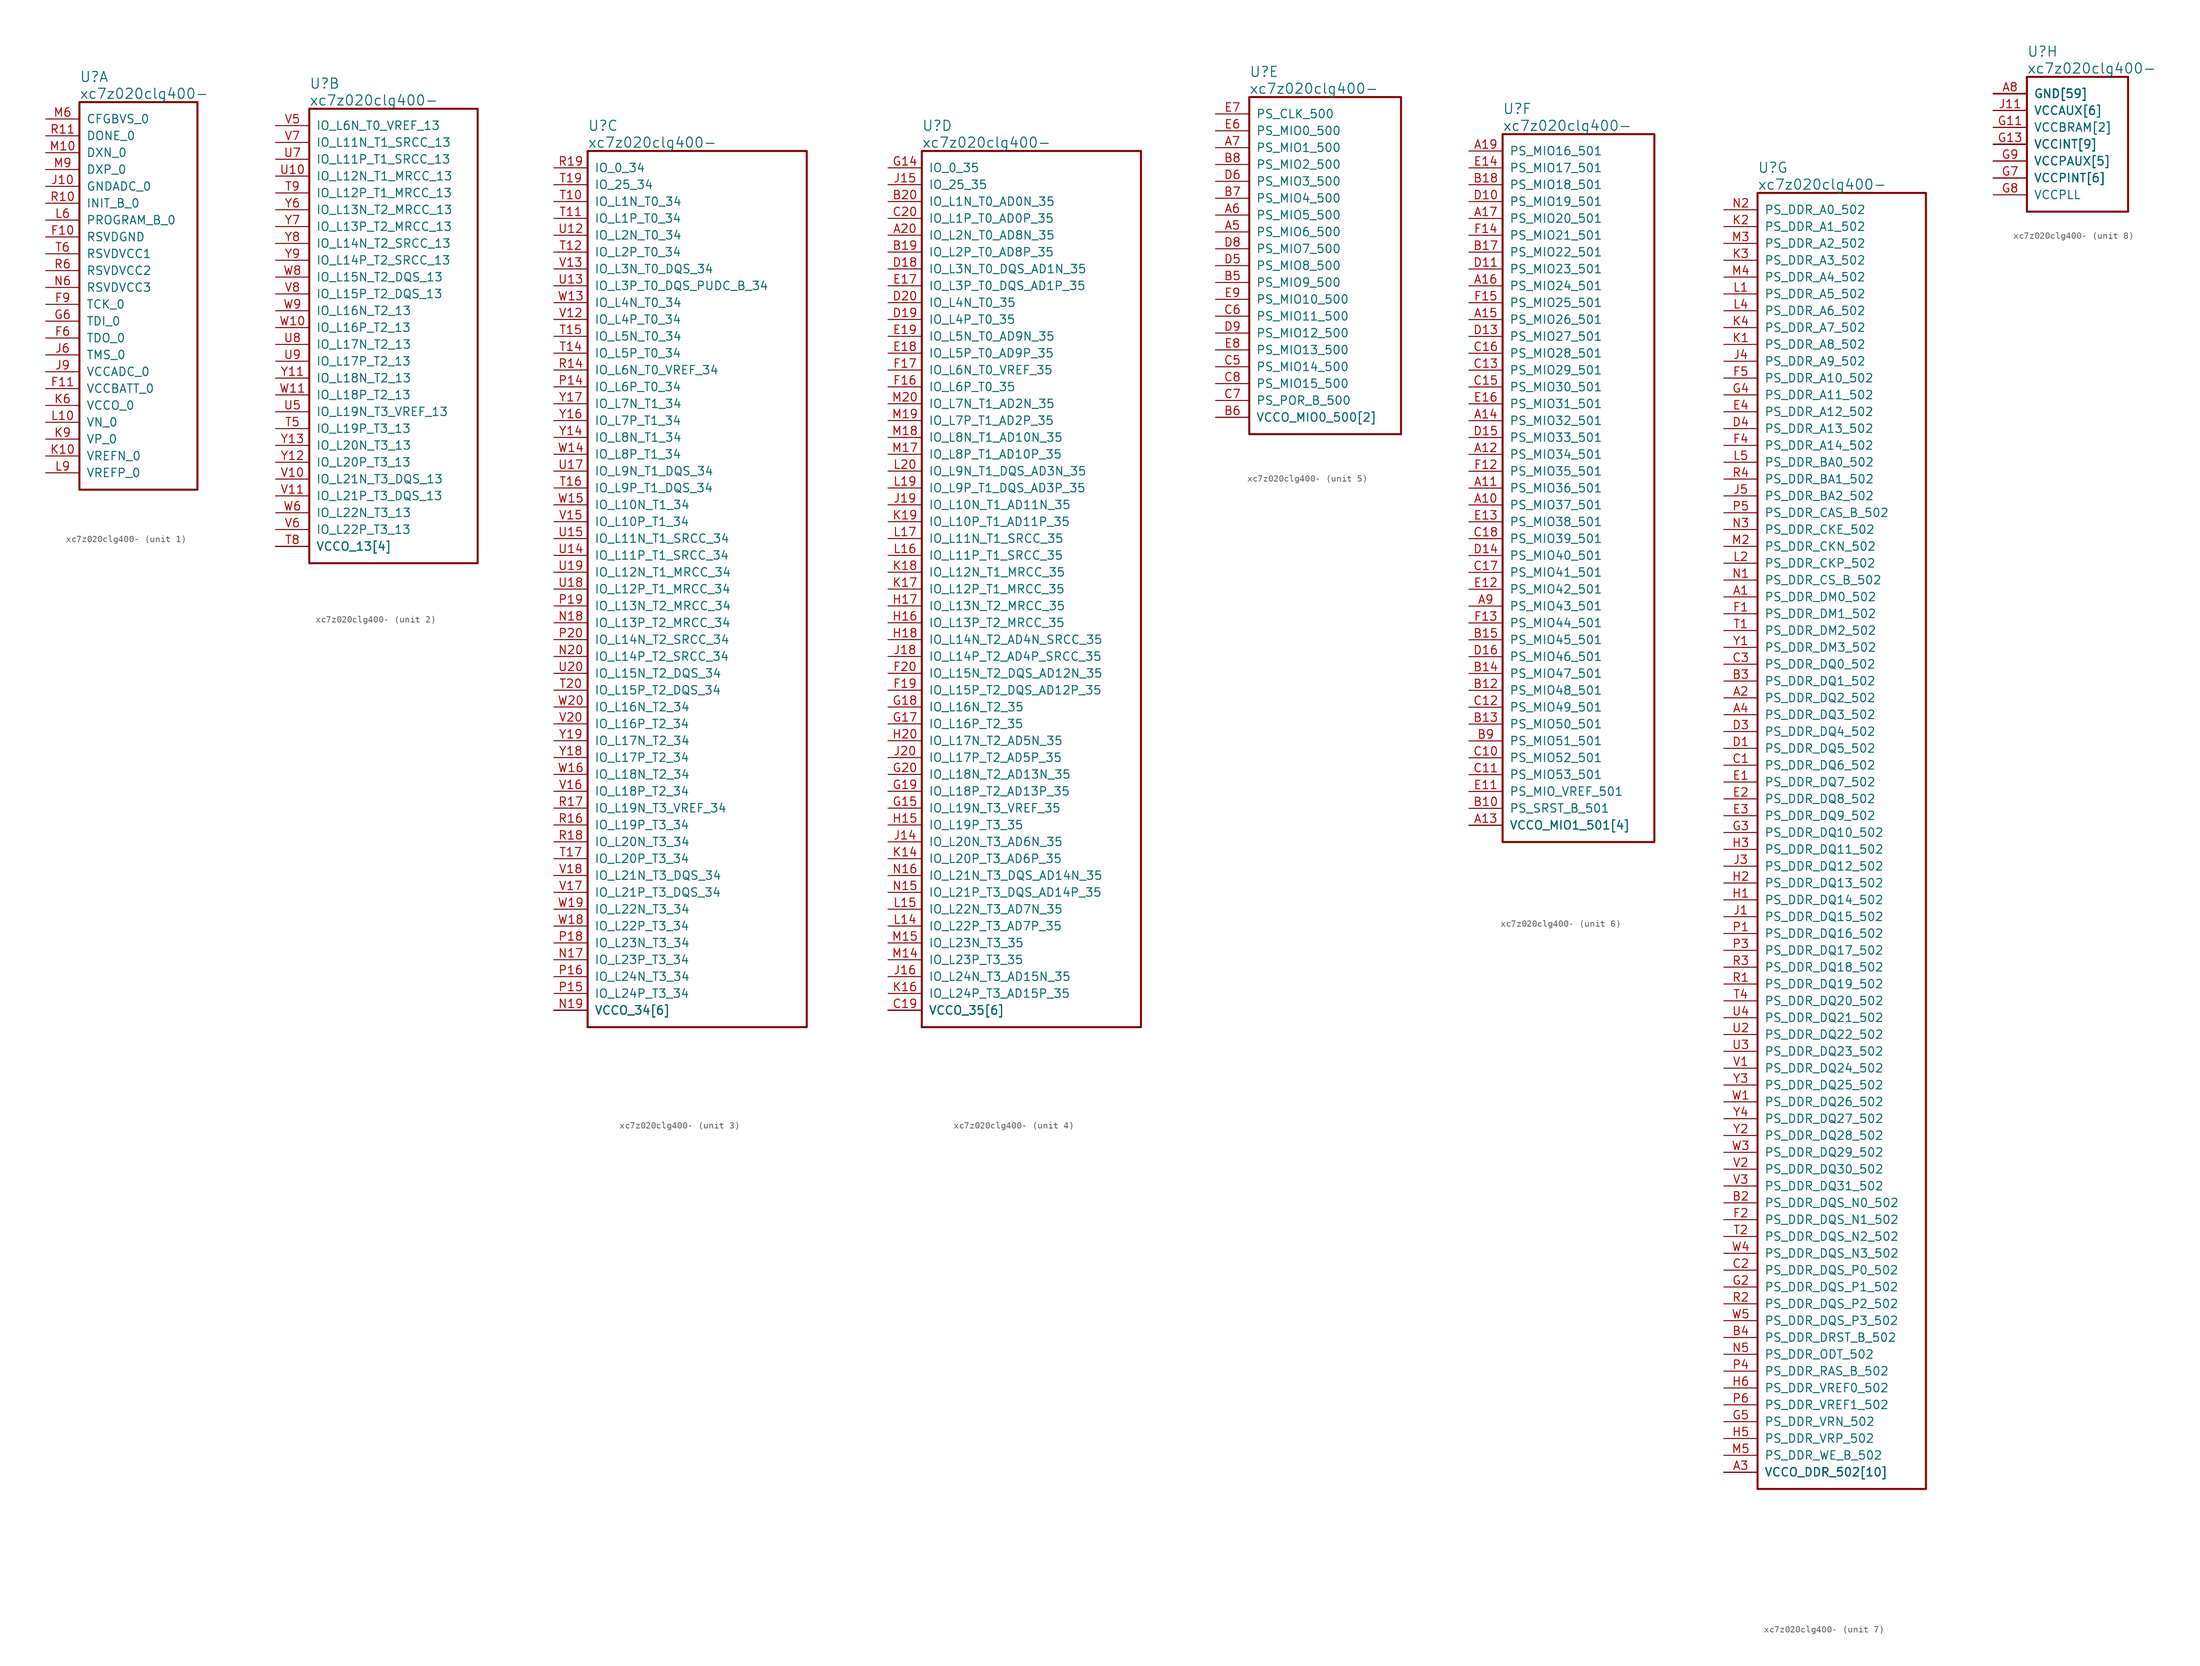
<source format=kicad_sym>
(kicad_symbol_lib
  (version 20220914)
  (generator kicad_symbol_editor)
  (symbol "xc7z020clg400-"
    (pin_names
      (offset 1.016))
    (property "Reference" "U"
      (at 5.08 6.35 0)
      (effects (font (size 1.524 1.524)) (justify left)))
    (property "Value" "xc7z020clg400-"
      (at 5.08 3.81 0)
      (effects (font (size 1.524 1.524)) (justify left)))
    (property "ki_locked" ""
      (at 0 0 0)
      (effects (font (size 1.27 1.27))))
    (symbol "xc7z020clg400-_1_1"
      (rectangle (start 5.08 2.54) (end 22.86 -55.88) (stroke (width 0.305) (type solid)) (fill (type none)))
      (pin power_in line (at 0 -17.78 0) (length 5.08) (name "RSVDGND" (effects (font (size 1.27 1.27)))) (number "F10" (effects (font (size 1.27 1.27)))))
      (pin power_in line (at 0 -40.64 0) (length 5.08) (name "VCCBATT_0" (effects (font (size 1.27 1.27)))) (number "F11" (effects (font (size 1.27 1.27)))))
      (pin output line (at 0 -33.02 0) (length 5.08) (name "TDO_0" (effects (font (size 1.27 1.27)))) (number "F6" (effects (font (size 1.27 1.27)))))
      (pin input line (at 0 -27.94 0) (length 5.08) (name "TCK_0" (effects (font (size 1.27 1.27)))) (number "F9" (effects (font (size 1.27 1.27)))))
      (pin input line (at 0 -30.48 0) (length 5.08) (name "TDI_0" (effects (font (size 1.27 1.27)))) (number "G6" (effects (font (size 1.27 1.27)))))
      (pin power_in line (at 0 -10.16 0) (length 5.08) (name "GNDADC_0" (effects (font (size 1.27 1.27)))) (number "J10" (effects (font (size 1.27 1.27)))))
      (pin input line (at 0 -35.56 0) (length 5.08) (name "TMS_0" (effects (font (size 1.27 1.27)))) (number "J6" (effects (font (size 1.27 1.27)))))
      (pin power_in line (at 0 -38.1 0) (length 5.08) (name "VCCADC_0" (effects (font (size 1.27 1.27)))) (number "J9" (effects (font (size 1.27 1.27)))))
      (pin input line (at 0 -50.8 0) (length 5.08) (name "VREFN_0" (effects (font (size 1.27 1.27)))) (number "K10" (effects (font (size 1.27 1.27)))))
      (pin power_in line (at 0 -43.18 0) (length 5.08) (name "VCCO_0" (effects (font (size 1.27 1.27)))) (number "K6" (effects (font (size 1.27 1.27)))))
      (pin input line (at 0 -48.26 0) (length 5.08) (name "VP_0" (effects (font (size 1.27 1.27)))) (number "K9" (effects (font (size 1.27 1.27)))))
      (pin input line (at 0 -45.72 0) (length 5.08) (name "VN_0" (effects (font (size 1.27 1.27)))) (number "L10" (effects (font (size 1.27 1.27)))))
      (pin input line (at 0 -15.24 0) (length 5.08) (name "PROGRAM_B_0" (effects (font (size 1.27 1.27)))) (number "L6" (effects (font (size 1.27 1.27)))))
      (pin input line (at 0 -53.34 0) (length 5.08) (name "VREFP_0" (effects (font (size 1.27 1.27)))) (number "L9" (effects (font (size 1.27 1.27)))))
      (pin passive line (at 0 -5.08 0) (length 5.08) (name "DXN_0" (effects (font (size 1.27 1.27)))) (number "M10" (effects (font (size 1.27 1.27)))))
      (pin input line (at 0 0 0) (length 5.08) (name "CFGBVS_0" (effects (font (size 1.27 1.27)))) (number "M6" (effects (font (size 1.27 1.27)))))
      (pin passive line (at 0 -7.62 0) (length 5.08) (name "DXP_0" (effects (font (size 1.27 1.27)))) (number "M9" (effects (font (size 1.27 1.27)))))
      (pin power_in line (at 0 -25.4 0) (length 5.08) (name "RSVDVCC3" (effects (font (size 1.27 1.27)))) (number "N6" (effects (font (size 1.27 1.27)))))
      (pin input line (at 0 -12.7 0) (length 5.08) (name "INIT_B_0" (effects (font (size 1.27 1.27)))) (number "R10" (effects (font (size 1.27 1.27)))))
      (pin output line (at 0 -2.54 0) (length 5.08) (name "DONE_0" (effects (font (size 1.27 1.27)))) (number "R11" (effects (font (size 1.27 1.27)))))
      (pin power_in line (at 0 -22.86 0) (length 5.08) (name "RSVDVCC2" (effects (font (size 1.27 1.27)))) (number "R6" (effects (font (size 1.27 1.27)))))
      (pin power_in line (at 0 -20.32 0) (length 5.08) (name "RSVDVCC1" (effects (font (size 1.27 1.27)))) (number "T6" (effects (font (size 1.27 1.27))))))
    (symbol "xc7z020clg400-_2_1"
      (rectangle (start 5.08 2.54) (end 30.48 -66.04) (stroke (width 0.305) (type solid)) (fill (type none)))
      (pin bidirectional line (at 0 -45.72 0) (length 5.08) (name "IO_L19P_T3_13" (effects (font (size 1.27 1.27)))) (number "T5" (effects (font (size 1.27 1.27)))))
      (pin power_in line (at 0 -63.5 0) (length 5.08) (name "VCCO_13[4]" (effects (font (size 1.27 1.27)))) (number "T8" (effects (font (size 1.27 1.27)))))
      (pin bidirectional line (at 0 -10.16 0) (length 5.08) (name "IO_L12P_T1_MRCC_13" (effects (font (size 1.27 1.27)))) (number "T9" (effects (font (size 1.27 1.27)))))
      (pin bidirectional line (at 0 -7.62 0) (length 5.08) (name "IO_L12N_T1_MRCC_13" (effects (font (size 1.27 1.27)))) (number "U10" (effects (font (size 1.27 1.27)))))
      (pin power_in line (at 0 -63.5 0) (length 5.08) (name "VCCO_13[4]" (effects (font (size 1.27 1.27)))) (number "U11" (effects (font (size 0 0)))))
      (pin bidirectional line (at 0 -43.18 0) (length 5.08) (name "IO_L19N_T3_VREF_13" (effects (font (size 1.27 1.27)))) (number "U5" (effects (font (size 1.27 1.27)))))
      (pin bidirectional line (at 0 -5.08 0) (length 5.08) (name "IO_L11P_T1_SRCC_13" (effects (font (size 1.27 1.27)))) (number "U7" (effects (font (size 1.27 1.27)))))
      (pin bidirectional line (at 0 -33.02 0) (length 5.08) (name "IO_L17N_T2_13" (effects (font (size 1.27 1.27)))) (number "U8" (effects (font (size 1.27 1.27)))))
      (pin bidirectional line (at 0 -35.56 0) (length 5.08) (name "IO_L17P_T2_13" (effects (font (size 1.27 1.27)))) (number "U9" (effects (font (size 1.27 1.27)))))
      (pin bidirectional line (at 0 -53.34 0) (length 5.08) (name "IO_L21N_T3_DQS_13" (effects (font (size 1.27 1.27)))) (number "V10" (effects (font (size 1.27 1.27)))))
      (pin bidirectional line (at 0 -55.88 0) (length 5.08) (name "IO_L21P_T3_DQS_13" (effects (font (size 1.27 1.27)))) (number "V11" (effects (font (size 1.27 1.27)))))
      (pin bidirectional line (at 0 0 0) (length 5.08) (name "IO_L6N_T0_VREF_13" (effects (font (size 1.27 1.27)))) (number "V5" (effects (font (size 1.27 1.27)))))
      (pin bidirectional line (at 0 -60.96 0) (length 5.08) (name "IO_L22P_T3_13" (effects (font (size 1.27 1.27)))) (number "V6" (effects (font (size 1.27 1.27)))))
      (pin bidirectional line (at 0 -2.54 0) (length 5.08) (name "IO_L11N_T1_SRCC_13" (effects (font (size 1.27 1.27)))) (number "V7" (effects (font (size 1.27 1.27)))))
      (pin bidirectional line (at 0 -25.4 0) (length 5.08) (name "IO_L15P_T2_DQS_13" (effects (font (size 1.27 1.27)))) (number "V8" (effects (font (size 1.27 1.27)))))
      (pin bidirectional line (at 0 -30.48 0) (length 5.08) (name "IO_L16P_T2_13" (effects (font (size 1.27 1.27)))) (number "W10" (effects (font (size 1.27 1.27)))))
      (pin bidirectional line (at 0 -40.64 0) (length 5.08) (name "IO_L18P_T2_13" (effects (font (size 1.27 1.27)))) (number "W11" (effects (font (size 1.27 1.27)))))
      (pin bidirectional line (at 0 -58.42 0) (length 5.08) (name "IO_L22N_T3_13" (effects (font (size 1.27 1.27)))) (number "W6" (effects (font (size 1.27 1.27)))))
      (pin power_in line (at 0 -63.5 0) (length 5.08) (name "VCCO_13[4]" (effects (font (size 1.27 1.27)))) (number "W7" (effects (font (size 0 0)))))
      (pin bidirectional line (at 0 -22.86 0) (length 5.08) (name "IO_L15N_T2_DQS_13" (effects (font (size 1.27 1.27)))) (number "W8" (effects (font (size 1.27 1.27)))))
      (pin bidirectional line (at 0 -27.94 0) (length 5.08) (name "IO_L16N_T2_13" (effects (font (size 1.27 1.27)))) (number "W9" (effects (font (size 1.27 1.27)))))
      (pin power_in line (at 0 -63.5 0) (length 5.08) (name "VCCO_13[4]" (effects (font (size 1.27 1.27)))) (number "Y10" (effects (font (size 0 0)))))
      (pin bidirectional line (at 0 -38.1 0) (length 5.08) (name "IO_L18N_T2_13" (effects (font (size 1.27 1.27)))) (number "Y11" (effects (font (size 1.27 1.27)))))
      (pin bidirectional line (at 0 -50.8 0) (length 5.08) (name "IO_L20P_T3_13" (effects (font (size 1.27 1.27)))) (number "Y12" (effects (font (size 1.27 1.27)))))
      (pin bidirectional line (at 0 -48.26 0) (length 5.08) (name "IO_L20N_T3_13" (effects (font (size 1.27 1.27)))) (number "Y13" (effects (font (size 1.27 1.27)))))
      (pin bidirectional line (at 0 -12.7 0) (length 5.08) (name "IO_L13N_T2_MRCC_13" (effects (font (size 1.27 1.27)))) (number "Y6" (effects (font (size 1.27 1.27)))))
      (pin bidirectional line (at 0 -15.24 0) (length 5.08) (name "IO_L13P_T2_MRCC_13" (effects (font (size 1.27 1.27)))) (number "Y7" (effects (font (size 1.27 1.27)))))
      (pin bidirectional line (at 0 -17.78 0) (length 5.08) (name "IO_L14N_T2_SRCC_13" (effects (font (size 1.27 1.27)))) (number "Y8" (effects (font (size 1.27 1.27)))))
      (pin bidirectional line (at 0 -20.32 0) (length 5.08) (name "IO_L14P_T2_SRCC_13" (effects (font (size 1.27 1.27)))) (number "Y9" (effects (font (size 1.27 1.27))))))
    (symbol "xc7z020clg400-_3_1"
      (rectangle (start 5.08 2.54) (end 38.1 -129.54) (stroke (width 0.305) (type solid)) (fill (type none)))
      (pin bidirectional line (at 0 -119.38 0) (length 5.08) (name "IO_L23P_T3_34" (effects (font (size 1.27 1.27)))) (number "N17" (effects (font (size 1.27 1.27)))))
      (pin bidirectional line (at 0 -68.58 0) (length 5.08) (name "IO_L13P_T2_MRCC_34" (effects (font (size 1.27 1.27)))) (number "N18" (effects (font (size 1.27 1.27)))))
      (pin power_in line (at 0 -127 0) (length 5.08) (name "VCCO_34[6]" (effects (font (size 1.27 1.27)))) (number "N19" (effects (font (size 1.27 1.27)))))
      (pin bidirectional line (at 0 -73.66 0) (length 5.08) (name "IO_L14P_T2_SRCC_34" (effects (font (size 1.27 1.27)))) (number "N20" (effects (font (size 1.27 1.27)))))
      (pin bidirectional line (at 0 -33.02 0) (length 5.08) (name "IO_L6P_T0_34" (effects (font (size 1.27 1.27)))) (number "P14" (effects (font (size 1.27 1.27)))))
      (pin bidirectional line (at 0 -124.46 0) (length 5.08) (name "IO_L24P_T3_34" (effects (font (size 1.27 1.27)))) (number "P15" (effects (font (size 1.27 1.27)))))
      (pin bidirectional line (at 0 -121.92 0) (length 5.08) (name "IO_L24N_T3_34" (effects (font (size 1.27 1.27)))) (number "P16" (effects (font (size 1.27 1.27)))))
      (pin bidirectional line (at 0 -116.84 0) (length 5.08) (name "IO_L23N_T3_34" (effects (font (size 1.27 1.27)))) (number "P18" (effects (font (size 1.27 1.27)))))
      (pin bidirectional line (at 0 -66.04 0) (length 5.08) (name "IO_L13N_T2_MRCC_34" (effects (font (size 1.27 1.27)))) (number "P19" (effects (font (size 1.27 1.27)))))
      (pin bidirectional line (at 0 -71.12 0) (length 5.08) (name "IO_L14N_T2_SRCC_34" (effects (font (size 1.27 1.27)))) (number "P20" (effects (font (size 1.27 1.27)))))
      (pin bidirectional line (at 0 -30.48 0) (length 5.08) (name "IO_L6N_T0_VREF_34" (effects (font (size 1.27 1.27)))) (number "R14" (effects (font (size 1.27 1.27)))))
      (pin power_in line (at 0 -127 0) (length 5.08) (name "VCCO_34[6]" (effects (font (size 1.27 1.27)))) (number "R15" (effects (font (size 0 0)))))
      (pin bidirectional line (at 0 -99.06 0) (length 5.08) (name "IO_L19P_T3_34" (effects (font (size 1.27 1.27)))) (number "R16" (effects (font (size 1.27 1.27)))))
      (pin bidirectional line (at 0 -96.52 0) (length 5.08) (name "IO_L19N_T3_VREF_34" (effects (font (size 1.27 1.27)))) (number "R17" (effects (font (size 1.27 1.27)))))
      (pin bidirectional line (at 0 -101.6 0) (length 5.08) (name "IO_L20N_T3_34" (effects (font (size 1.27 1.27)))) (number "R18" (effects (font (size 1.27 1.27)))))
      (pin bidirectional line (at 0 0 0) (length 5.08) (name "IO_0_34" (effects (font (size 1.27 1.27)))) (number "R19" (effects (font (size 1.27 1.27)))))
      (pin bidirectional line (at 0 -5.08 0) (length 5.08) (name "IO_L1N_T0_34" (effects (font (size 1.27 1.27)))) (number "T10" (effects (font (size 1.27 1.27)))))
      (pin bidirectional line (at 0 -7.62 0) (length 5.08) (name "IO_L1P_T0_34" (effects (font (size 1.27 1.27)))) (number "T11" (effects (font (size 1.27 1.27)))))
      (pin bidirectional line (at 0 -12.7 0) (length 5.08) (name "IO_L2P_T0_34" (effects (font (size 1.27 1.27)))) (number "T12" (effects (font (size 1.27 1.27)))))
      (pin bidirectional line (at 0 -27.94 0) (length 5.08) (name "IO_L5P_T0_34" (effects (font (size 1.27 1.27)))) (number "T14" (effects (font (size 1.27 1.27)))))
      (pin bidirectional line (at 0 -25.4 0) (length 5.08) (name "IO_L5N_T0_34" (effects (font (size 1.27 1.27)))) (number "T15" (effects (font (size 1.27 1.27)))))
      (pin bidirectional line (at 0 -48.26 0) (length 5.08) (name "IO_L9P_T1_DQS_34" (effects (font (size 1.27 1.27)))) (number "T16" (effects (font (size 1.27 1.27)))))
      (pin bidirectional line (at 0 -104.14 0) (length 5.08) (name "IO_L20P_T3_34" (effects (font (size 1.27 1.27)))) (number "T17" (effects (font (size 1.27 1.27)))))
      (pin power_in line (at 0 -127 0) (length 5.08) (name "VCCO_34[6]" (effects (font (size 1.27 1.27)))) (number "T18" (effects (font (size 0 0)))))
      (pin bidirectional line (at 0 -2.54 0) (length 5.08) (name "IO_25_34" (effects (font (size 1.27 1.27)))) (number "T19" (effects (font (size 1.27 1.27)))))
      (pin bidirectional line (at 0 -78.74 0) (length 5.08) (name "IO_L15P_T2_DQS_34" (effects (font (size 1.27 1.27)))) (number "T20" (effects (font (size 1.27 1.27)))))
      (pin bidirectional line (at 0 -10.16 0) (length 5.08) (name "IO_L2N_T0_34" (effects (font (size 1.27 1.27)))) (number "U12" (effects (font (size 1.27 1.27)))))
      (pin bidirectional line (at 0 -17.78 0) (length 5.08) (name "IO_L3P_T0_DQS_PUDC_B_34" (effects (font (size 1.27 1.27)))) (number "U13" (effects (font (size 1.27 1.27)))))
      (pin bidirectional line (at 0 -58.42 0) (length 5.08) (name "IO_L11P_T1_SRCC_34" (effects (font (size 1.27 1.27)))) (number "U14" (effects (font (size 1.27 1.27)))))
      (pin bidirectional line (at 0 -55.88 0) (length 5.08) (name "IO_L11N_T1_SRCC_34" (effects (font (size 1.27 1.27)))) (number "U15" (effects (font (size 1.27 1.27)))))
      (pin bidirectional line (at 0 -45.72 0) (length 5.08) (name "IO_L9N_T1_DQS_34" (effects (font (size 1.27 1.27)))) (number "U17" (effects (font (size 1.27 1.27)))))
      (pin bidirectional line (at 0 -63.5 0) (length 5.08) (name "IO_L12P_T1_MRCC_34" (effects (font (size 1.27 1.27)))) (number "U18" (effects (font (size 1.27 1.27)))))
      (pin bidirectional line (at 0 -60.96 0) (length 5.08) (name "IO_L12N_T1_MRCC_34" (effects (font (size 1.27 1.27)))) (number "U19" (effects (font (size 1.27 1.27)))))
      (pin bidirectional line (at 0 -76.2 0) (length 5.08) (name "IO_L15N_T2_DQS_34" (effects (font (size 1.27 1.27)))) (number "U20" (effects (font (size 1.27 1.27)))))
      (pin bidirectional line (at 0 -22.86 0) (length 5.08) (name "IO_L4P_T0_34" (effects (font (size 1.27 1.27)))) (number "V12" (effects (font (size 1.27 1.27)))))
      (pin bidirectional line (at 0 -15.24 0) (length 5.08) (name "IO_L3N_T0_DQS_34" (effects (font (size 1.27 1.27)))) (number "V13" (effects (font (size 1.27 1.27)))))
      (pin power_in line (at 0 -127 0) (length 5.08) (name "VCCO_34[6]" (effects (font (size 1.27 1.27)))) (number "V14" (effects (font (size 0 0)))))
      (pin bidirectional line (at 0 -53.34 0) (length 5.08) (name "IO_L10P_T1_34" (effects (font (size 1.27 1.27)))) (number "V15" (effects (font (size 1.27 1.27)))))
      (pin bidirectional line (at 0 -93.98 0) (length 5.08) (name "IO_L18P_T2_34" (effects (font (size 1.27 1.27)))) (number "V16" (effects (font (size 1.27 1.27)))))
      (pin bidirectional line (at 0 -109.22 0) (length 5.08) (name "IO_L21P_T3_DQS_34" (effects (font (size 1.27 1.27)))) (number "V17" (effects (font (size 1.27 1.27)))))
      (pin bidirectional line (at 0 -106.68 0) (length 5.08) (name "IO_L21N_T3_DQS_34" (effects (font (size 1.27 1.27)))) (number "V18" (effects (font (size 1.27 1.27)))))
      (pin bidirectional line (at 0 -83.82 0) (length 5.08) (name "IO_L16P_T2_34" (effects (font (size 1.27 1.27)))) (number "V20" (effects (font (size 1.27 1.27)))))
      (pin bidirectional line (at 0 -20.32 0) (length 5.08) (name "IO_L4N_T0_34" (effects (font (size 1.27 1.27)))) (number "W13" (effects (font (size 1.27 1.27)))))
      (pin bidirectional line (at 0 -43.18 0) (length 5.08) (name "IO_L8P_T1_34" (effects (font (size 1.27 1.27)))) (number "W14" (effects (font (size 1.27 1.27)))))
      (pin bidirectional line (at 0 -50.8 0) (length 5.08) (name "IO_L10N_T1_34" (effects (font (size 1.27 1.27)))) (number "W15" (effects (font (size 1.27 1.27)))))
      (pin bidirectional line (at 0 -91.44 0) (length 5.08) (name "IO_L18N_T2_34" (effects (font (size 1.27 1.27)))) (number "W16" (effects (font (size 1.27 1.27)))))
      (pin power_in line (at 0 -127 0) (length 5.08) (name "VCCO_34[6]" (effects (font (size 1.27 1.27)))) (number "W17" (effects (font (size 0 0)))))
      (pin bidirectional line (at 0 -114.3 0) (length 5.08) (name "IO_L22P_T3_34" (effects (font (size 1.27 1.27)))) (number "W18" (effects (font (size 1.27 1.27)))))
      (pin bidirectional line (at 0 -111.76 0) (length 5.08) (name "IO_L22N_T3_34" (effects (font (size 1.27 1.27)))) (number "W19" (effects (font (size 1.27 1.27)))))
      (pin bidirectional line (at 0 -81.28 0) (length 5.08) (name "IO_L16N_T2_34" (effects (font (size 1.27 1.27)))) (number "W20" (effects (font (size 1.27 1.27)))))
      (pin bidirectional line (at 0 -40.64 0) (length 5.08) (name "IO_L8N_T1_34" (effects (font (size 1.27 1.27)))) (number "Y14" (effects (font (size 1.27 1.27)))))
      (pin bidirectional line (at 0 -38.1 0) (length 5.08) (name "IO_L7P_T1_34" (effects (font (size 1.27 1.27)))) (number "Y16" (effects (font (size 1.27 1.27)))))
      (pin bidirectional line (at 0 -35.56 0) (length 5.08) (name "IO_L7N_T1_34" (effects (font (size 1.27 1.27)))) (number "Y17" (effects (font (size 1.27 1.27)))))
      (pin bidirectional line (at 0 -88.9 0) (length 5.08) (name "IO_L17P_T2_34" (effects (font (size 1.27 1.27)))) (number "Y18" (effects (font (size 1.27 1.27)))))
      (pin bidirectional line (at 0 -86.36 0) (length 5.08) (name "IO_L17N_T2_34" (effects (font (size 1.27 1.27)))) (number "Y19" (effects (font (size 1.27 1.27)))))
      (pin power_in line (at 0 -127 0) (length 5.08) (name "VCCO_34[6]" (effects (font (size 1.27 1.27)))) (number "Y20" (effects (font (size 0 0))))))
    (symbol "xc7z020clg400-_4_1"
      (rectangle (start 5.08 2.54) (end 38.1 -129.54) (stroke (width 0.305) (type solid)) (fill (type none)))
      (pin bidirectional line (at 0 -10.16 0) (length 5.08) (name "IO_L2N_T0_AD8N_35" (effects (font (size 1.27 1.27)))) (number "A20" (effects (font (size 1.27 1.27)))))
      (pin bidirectional line (at 0 -12.7 0) (length 5.08) (name "IO_L2P_T0_AD8P_35" (effects (font (size 1.27 1.27)))) (number "B19" (effects (font (size 1.27 1.27)))))
      (pin bidirectional line (at 0 -5.08 0) (length 5.08) (name "IO_L1N_T0_AD0N_35" (effects (font (size 1.27 1.27)))) (number "B20" (effects (font (size 1.27 1.27)))))
      (pin power_in line (at 0 -127 0) (length 5.08) (name "VCCO_35[6]" (effects (font (size 1.27 1.27)))) (number "C19" (effects (font (size 1.27 1.27)))))
      (pin bidirectional line (at 0 -7.62 0) (length 5.08) (name "IO_L1P_T0_AD0P_35" (effects (font (size 1.27 1.27)))) (number "C20" (effects (font (size 1.27 1.27)))))
      (pin bidirectional line (at 0 -15.24 0) (length 5.08) (name "IO_L3N_T0_DQS_AD1N_35" (effects (font (size 1.27 1.27)))) (number "D18" (effects (font (size 1.27 1.27)))))
      (pin bidirectional line (at 0 -22.86 0) (length 5.08) (name "IO_L4P_T0_35" (effects (font (size 1.27 1.27)))) (number "D19" (effects (font (size 1.27 1.27)))))
      (pin bidirectional line (at 0 -20.32 0) (length 5.08) (name "IO_L4N_T0_35" (effects (font (size 1.27 1.27)))) (number "D20" (effects (font (size 1.27 1.27)))))
      (pin bidirectional line (at 0 -17.78 0) (length 5.08) (name "IO_L3P_T0_DQS_AD1P_35" (effects (font (size 1.27 1.27)))) (number "E17" (effects (font (size 1.27 1.27)))))
      (pin bidirectional line (at 0 -27.94 0) (length 5.08) (name "IO_L5P_T0_AD9P_35" (effects (font (size 1.27 1.27)))) (number "E18" (effects (font (size 1.27 1.27)))))
      (pin bidirectional line (at 0 -25.4 0) (length 5.08) (name "IO_L5N_T0_AD9N_35" (effects (font (size 1.27 1.27)))) (number "E19" (effects (font (size 1.27 1.27)))))
      (pin bidirectional line (at 0 -33.02 0) (length 5.08) (name "IO_L6P_T0_35" (effects (font (size 1.27 1.27)))) (number "F16" (effects (font (size 1.27 1.27)))))
      (pin bidirectional line (at 0 -30.48 0) (length 5.08) (name "IO_L6N_T0_VREF_35" (effects (font (size 1.27 1.27)))) (number "F17" (effects (font (size 1.27 1.27)))))
      (pin power_in line (at 0 -127 0) (length 5.08) (name "VCCO_35[6]" (effects (font (size 1.27 1.27)))) (number "F18" (effects (font (size 0 0)))))
      (pin bidirectional line (at 0 -78.74 0) (length 5.08) (name "IO_L15P_T2_DQS_AD12P_35" (effects (font (size 1.27 1.27)))) (number "F19" (effects (font (size 1.27 1.27)))))
      (pin bidirectional line (at 0 -76.2 0) (length 5.08) (name "IO_L15N_T2_DQS_AD12N_35" (effects (font (size 1.27 1.27)))) (number "F20" (effects (font (size 1.27 1.27)))))
      (pin bidirectional line (at 0 0 0) (length 5.08) (name "IO_0_35" (effects (font (size 1.27 1.27)))) (number "G14" (effects (font (size 1.27 1.27)))))
      (pin bidirectional line (at 0 -96.52 0) (length 5.08) (name "IO_L19N_T3_VREF_35" (effects (font (size 1.27 1.27)))) (number "G15" (effects (font (size 1.27 1.27)))))
      (pin bidirectional line (at 0 -83.82 0) (length 5.08) (name "IO_L16P_T2_35" (effects (font (size 1.27 1.27)))) (number "G17" (effects (font (size 1.27 1.27)))))
      (pin bidirectional line (at 0 -81.28 0) (length 5.08) (name "IO_L16N_T2_35" (effects (font (size 1.27 1.27)))) (number "G18" (effects (font (size 1.27 1.27)))))
      (pin bidirectional line (at 0 -93.98 0) (length 5.08) (name "IO_L18P_T2_AD13P_35" (effects (font (size 1.27 1.27)))) (number "G19" (effects (font (size 1.27 1.27)))))
      (pin bidirectional line (at 0 -91.44 0) (length 5.08) (name "IO_L18N_T2_AD13N_35" (effects (font (size 1.27 1.27)))) (number "G20" (effects (font (size 1.27 1.27)))))
      (pin power_in line (at 0 -127 0) (length 5.08) (name "VCCO_35[6]" (effects (font (size 1.27 1.27)))) (number "H14" (effects (font (size 0 0)))))
      (pin bidirectional line (at 0 -99.06 0) (length 5.08) (name "IO_L19P_T3_35" (effects (font (size 1.27 1.27)))) (number "H15" (effects (font (size 1.27 1.27)))))
      (pin bidirectional line (at 0 -68.58 0) (length 5.08) (name "IO_L13P_T2_MRCC_35" (effects (font (size 1.27 1.27)))) (number "H16" (effects (font (size 1.27 1.27)))))
      (pin bidirectional line (at 0 -66.04 0) (length 5.08) (name "IO_L13N_T2_MRCC_35" (effects (font (size 1.27 1.27)))) (number "H17" (effects (font (size 1.27 1.27)))))
      (pin bidirectional line (at 0 -71.12 0) (length 5.08) (name "IO_L14N_T2_AD4N_SRCC_35" (effects (font (size 1.27 1.27)))) (number "H18" (effects (font (size 1.27 1.27)))))
      (pin bidirectional line (at 0 -86.36 0) (length 5.08) (name "IO_L17N_T2_AD5N_35" (effects (font (size 1.27 1.27)))) (number "H20" (effects (font (size 1.27 1.27)))))
      (pin bidirectional line (at 0 -101.6 0) (length 5.08) (name "IO_L20N_T3_AD6N_35" (effects (font (size 1.27 1.27)))) (number "J14" (effects (font (size 1.27 1.27)))))
      (pin bidirectional line (at 0 -2.54 0) (length 5.08) (name "IO_25_35" (effects (font (size 1.27 1.27)))) (number "J15" (effects (font (size 1.27 1.27)))))
      (pin bidirectional line (at 0 -121.92 0) (length 5.08) (name "IO_L24N_T3_AD15N_35" (effects (font (size 1.27 1.27)))) (number "J16" (effects (font (size 1.27 1.27)))))
      (pin power_in line (at 0 -127 0) (length 5.08) (name "VCCO_35[6]" (effects (font (size 1.27 1.27)))) (number "J17" (effects (font (size 0 0)))))
      (pin bidirectional line (at 0 -73.66 0) (length 5.08) (name "IO_L14P_T2_AD4P_SRCC_35" (effects (font (size 1.27 1.27)))) (number "J18" (effects (font (size 1.27 1.27)))))
      (pin bidirectional line (at 0 -50.8 0) (length 5.08) (name "IO_L10N_T1_AD11N_35" (effects (font (size 1.27 1.27)))) (number "J19" (effects (font (size 1.27 1.27)))))
      (pin bidirectional line (at 0 -88.9 0) (length 5.08) (name "IO_L17P_T2_AD5P_35" (effects (font (size 1.27 1.27)))) (number "J20" (effects (font (size 1.27 1.27)))))
      (pin bidirectional line (at 0 -104.14 0) (length 5.08) (name "IO_L20P_T3_AD6P_35" (effects (font (size 1.27 1.27)))) (number "K14" (effects (font (size 1.27 1.27)))))
      (pin bidirectional line (at 0 -124.46 0) (length 5.08) (name "IO_L24P_T3_AD15P_35" (effects (font (size 1.27 1.27)))) (number "K16" (effects (font (size 1.27 1.27)))))
      (pin bidirectional line (at 0 -63.5 0) (length 5.08) (name "IO_L12P_T1_MRCC_35" (effects (font (size 1.27 1.27)))) (number "K17" (effects (font (size 1.27 1.27)))))
      (pin bidirectional line (at 0 -60.96 0) (length 5.08) (name "IO_L12N_T1_MRCC_35" (effects (font (size 1.27 1.27)))) (number "K18" (effects (font (size 1.27 1.27)))))
      (pin bidirectional line (at 0 -53.34 0) (length 5.08) (name "IO_L10P_T1_AD11P_35" (effects (font (size 1.27 1.27)))) (number "K19" (effects (font (size 1.27 1.27)))))
      (pin power_in line (at 0 -127 0) (length 5.08) (name "VCCO_35[6]" (effects (font (size 1.27 1.27)))) (number "K20" (effects (font (size 0 0)))))
      (pin bidirectional line (at 0 -114.3 0) (length 5.08) (name "IO_L22P_T3_AD7P_35" (effects (font (size 1.27 1.27)))) (number "L14" (effects (font (size 1.27 1.27)))))
      (pin bidirectional line (at 0 -111.76 0) (length 5.08) (name "IO_L22N_T3_AD7N_35" (effects (font (size 1.27 1.27)))) (number "L15" (effects (font (size 1.27 1.27)))))
      (pin bidirectional line (at 0 -58.42 0) (length 5.08) (name "IO_L11P_T1_SRCC_35" (effects (font (size 1.27 1.27)))) (number "L16" (effects (font (size 1.27 1.27)))))
      (pin bidirectional line (at 0 -55.88 0) (length 5.08) (name "IO_L11N_T1_SRCC_35" (effects (font (size 1.27 1.27)))) (number "L17" (effects (font (size 1.27 1.27)))))
      (pin bidirectional line (at 0 -48.26 0) (length 5.08) (name "IO_L9P_T1_DQS_AD3P_35" (effects (font (size 1.27 1.27)))) (number "L19" (effects (font (size 1.27 1.27)))))
      (pin bidirectional line (at 0 -45.72 0) (length 5.08) (name "IO_L9N_T1_DQS_AD3N_35" (effects (font (size 1.27 1.27)))) (number "L20" (effects (font (size 1.27 1.27)))))
      (pin bidirectional line (at 0 -119.38 0) (length 5.08) (name "IO_L23P_T3_35" (effects (font (size 1.27 1.27)))) (number "M14" (effects (font (size 1.27 1.27)))))
      (pin bidirectional line (at 0 -116.84 0) (length 5.08) (name "IO_L23N_T3_35" (effects (font (size 1.27 1.27)))) (number "M15" (effects (font (size 1.27 1.27)))))
      (pin power_in line (at 0 -127 0) (length 5.08) (name "VCCO_35[6]" (effects (font (size 1.27 1.27)))) (number "M16" (effects (font (size 0 0)))))
      (pin bidirectional line (at 0 -43.18 0) (length 5.08) (name "IO_L8P_T1_AD10P_35" (effects (font (size 1.27 1.27)))) (number "M17" (effects (font (size 1.27 1.27)))))
      (pin bidirectional line (at 0 -40.64 0) (length 5.08) (name "IO_L8N_T1_AD10N_35" (effects (font (size 1.27 1.27)))) (number "M18" (effects (font (size 1.27 1.27)))))
      (pin bidirectional line (at 0 -38.1 0) (length 5.08) (name "IO_L7P_T1_AD2P_35" (effects (font (size 1.27 1.27)))) (number "M19" (effects (font (size 1.27 1.27)))))
      (pin bidirectional line (at 0 -35.56 0) (length 5.08) (name "IO_L7N_T1_AD2N_35" (effects (font (size 1.27 1.27)))) (number "M20" (effects (font (size 1.27 1.27)))))
      (pin bidirectional line (at 0 -109.22 0) (length 5.08) (name "IO_L21P_T3_DQS_AD14P_35" (effects (font (size 1.27 1.27)))) (number "N15" (effects (font (size 1.27 1.27)))))
      (pin bidirectional line (at 0 -106.68 0) (length 5.08) (name "IO_L21N_T3_DQS_AD14N_35" (effects (font (size 1.27 1.27)))) (number "N16" (effects (font (size 1.27 1.27))))))
    (symbol "xc7z020clg400-_5_1"
      (rectangle (start 5.08 2.54) (end 27.94 -48.26) (stroke (width 0.305) (type solid)) (fill (type none)))
      (pin bidirectional line (at 0 -17.78 0) (length 5.08) (name "PS_MIO6_500" (effects (font (size 1.27 1.27)))) (number "A5" (effects (font (size 1.27 1.27)))))
      (pin bidirectional line (at 0 -15.24 0) (length 5.08) (name "PS_MIO5_500" (effects (font (size 1.27 1.27)))) (number "A6" (effects (font (size 1.27 1.27)))))
      (pin bidirectional line (at 0 -5.08 0) (length 5.08) (name "PS_MIO1_500" (effects (font (size 1.27 1.27)))) (number "A7" (effects (font (size 1.27 1.27)))))
      (pin bidirectional line (at 0 -25.4 0) (length 5.08) (name "PS_MIO9_500" (effects (font (size 1.27 1.27)))) (number "B5" (effects (font (size 1.27 1.27)))))
      (pin power_in line (at 0 -45.72 0) (length 5.08) (name "VCCO_MIO0_500[2]" (effects (font (size 1.27 1.27)))) (number "B6" (effects (font (size 1.27 1.27)))))
      (pin bidirectional line (at 0 -12.7 0) (length 5.08) (name "PS_MIO4_500" (effects (font (size 1.27 1.27)))) (number "B7" (effects (font (size 1.27 1.27)))))
      (pin bidirectional line (at 0 -7.62 0) (length 5.08) (name "PS_MIO2_500" (effects (font (size 1.27 1.27)))) (number "B8" (effects (font (size 1.27 1.27)))))
      (pin bidirectional line (at 0 -38.1 0) (length 5.08) (name "PS_MIO14_500" (effects (font (size 1.27 1.27)))) (number "C5" (effects (font (size 1.27 1.27)))))
      (pin bidirectional line (at 0 -30.48 0) (length 5.08) (name "PS_MIO11_500" (effects (font (size 1.27 1.27)))) (number "C6" (effects (font (size 1.27 1.27)))))
      (pin input line (at 0 -43.18 0) (length 5.08) (name "PS_POR_B_500" (effects (font (size 1.27 1.27)))) (number "C7" (effects (font (size 1.27 1.27)))))
      (pin bidirectional line (at 0 -40.64 0) (length 5.08) (name "PS_MIO15_500" (effects (font (size 1.27 1.27)))) (number "C8" (effects (font (size 1.27 1.27)))))
      (pin bidirectional line (at 0 -22.86 0) (length 5.08) (name "PS_MIO8_500" (effects (font (size 1.27 1.27)))) (number "D5" (effects (font (size 1.27 1.27)))))
      (pin bidirectional line (at 0 -10.16 0) (length 5.08) (name "PS_MIO3_500" (effects (font (size 1.27 1.27)))) (number "D6" (effects (font (size 1.27 1.27)))))
      (pin power_in line (at 0 -45.72 0) (length 5.08) (name "VCCO_MIO0_500[2]" (effects (font (size 1.27 1.27)))) (number "D7" (effects (font (size 0 0)))))
      (pin bidirectional line (at 0 -20.32 0) (length 5.08) (name "PS_MIO7_500" (effects (font (size 1.27 1.27)))) (number "D8" (effects (font (size 1.27 1.27)))))
      (pin bidirectional line (at 0 -33.02 0) (length 5.08) (name "PS_MIO12_500" (effects (font (size 1.27 1.27)))) (number "D9" (effects (font (size 1.27 1.27)))))
      (pin bidirectional line (at 0 -2.54 0) (length 5.08) (name "PS_MIO0_500" (effects (font (size 1.27 1.27)))) (number "E6" (effects (font (size 1.27 1.27)))))
      (pin input line (at 0 0 0) (length 5.08) (name "PS_CLK_500" (effects (font (size 1.27 1.27)))) (number "E7" (effects (font (size 1.27 1.27)))))
      (pin bidirectional line (at 0 -35.56 0) (length 5.08) (name "PS_MIO13_500" (effects (font (size 1.27 1.27)))) (number "E8" (effects (font (size 1.27 1.27)))))
      (pin bidirectional line (at 0 -27.94 0) (length 5.08) (name "PS_MIO10_500" (effects (font (size 1.27 1.27)))) (number "E9" (effects (font (size 1.27 1.27))))))
    (symbol "xc7z020clg400-_6_1"
      (rectangle (start 5.08 2.54) (end 27.94 -104.14) (stroke (width 0.305) (type solid)) (fill (type none)))
      (pin bidirectional line (at 0 -53.34 0) (length 5.08) (name "PS_MIO37_501" (effects (font (size 1.27 1.27)))) (number "A10" (effects (font (size 1.27 1.27)))))
      (pin bidirectional line (at 0 -50.8 0) (length 5.08) (name "PS_MIO36_501" (effects (font (size 1.27 1.27)))) (number "A11" (effects (font (size 1.27 1.27)))))
      (pin bidirectional line (at 0 -45.72 0) (length 5.08) (name "PS_MIO34_501" (effects (font (size 1.27 1.27)))) (number "A12" (effects (font (size 1.27 1.27)))))
      (pin power_in line (at 0 -101.6 0) (length 5.08) (name "VCCO_MIO1_501[4]" (effects (font (size 1.27 1.27)))) (number "A13" (effects (font (size 1.27 1.27)))))
      (pin bidirectional line (at 0 -40.64 0) (length 5.08) (name "PS_MIO32_501" (effects (font (size 1.27 1.27)))) (number "A14" (effects (font (size 1.27 1.27)))))
      (pin bidirectional line (at 0 -25.4 0) (length 5.08) (name "PS_MIO26_501" (effects (font (size 1.27 1.27)))) (number "A15" (effects (font (size 1.27 1.27)))))
      (pin bidirectional line (at 0 -20.32 0) (length 5.08) (name "PS_MIO24_501" (effects (font (size 1.27 1.27)))) (number "A16" (effects (font (size 1.27 1.27)))))
      (pin bidirectional line (at 0 -10.16 0) (length 5.08) (name "PS_MIO20_501" (effects (font (size 1.27 1.27)))) (number "A17" (effects (font (size 1.27 1.27)))))
      (pin bidirectional line (at 0 0 0) (length 5.08) (name "PS_MIO16_501" (effects (font (size 1.27 1.27)))) (number "A19" (effects (font (size 1.27 1.27)))))
      (pin bidirectional line (at 0 -68.58 0) (length 5.08) (name "PS_MIO43_501" (effects (font (size 1.27 1.27)))) (number "A9" (effects (font (size 1.27 1.27)))))
      (pin input line (at 0 -99.06 0) (length 5.08) (name "PS_SRST_B_501" (effects (font (size 1.27 1.27)))) (number "B10" (effects (font (size 1.27 1.27)))))
      (pin bidirectional line (at 0 -81.28 0) (length 5.08) (name "PS_MIO48_501" (effects (font (size 1.27 1.27)))) (number "B12" (effects (font (size 1.27 1.27)))))
      (pin bidirectional line (at 0 -86.36 0) (length 5.08) (name "PS_MIO50_501" (effects (font (size 1.27 1.27)))) (number "B13" (effects (font (size 1.27 1.27)))))
      (pin bidirectional line (at 0 -78.74 0) (length 5.08) (name "PS_MIO47_501" (effects (font (size 1.27 1.27)))) (number "B14" (effects (font (size 1.27 1.27)))))
      (pin bidirectional line (at 0 -73.66 0) (length 5.08) (name "PS_MIO45_501" (effects (font (size 1.27 1.27)))) (number "B15" (effects (font (size 1.27 1.27)))))
      (pin power_in line (at 0 -101.6 0) (length 5.08) (name "VCCO_MIO1_501[4]" (effects (font (size 1.27 1.27)))) (number "B16" (effects (font (size 0 0)))))
      (pin bidirectional line (at 0 -15.24 0) (length 5.08) (name "PS_MIO22_501" (effects (font (size 1.27 1.27)))) (number "B17" (effects (font (size 1.27 1.27)))))
      (pin bidirectional line (at 0 -5.08 0) (length 5.08) (name "PS_MIO18_501" (effects (font (size 1.27 1.27)))) (number "B18" (effects (font (size 1.27 1.27)))))
      (pin bidirectional line (at 0 -88.9 0) (length 5.08) (name "PS_MIO51_501" (effects (font (size 1.27 1.27)))) (number "B9" (effects (font (size 1.27 1.27)))))
      (pin bidirectional line (at 0 -91.44 0) (length 5.08) (name "PS_MIO52_501" (effects (font (size 1.27 1.27)))) (number "C10" (effects (font (size 1.27 1.27)))))
      (pin bidirectional line (at 0 -93.98 0) (length 5.08) (name "PS_MIO53_501" (effects (font (size 1.27 1.27)))) (number "C11" (effects (font (size 1.27 1.27)))))
      (pin bidirectional line (at 0 -83.82 0) (length 5.08) (name "PS_MIO49_501" (effects (font (size 1.27 1.27)))) (number "C12" (effects (font (size 1.27 1.27)))))
      (pin bidirectional line (at 0 -33.02 0) (length 5.08) (name "PS_MIO29_501" (effects (font (size 1.27 1.27)))) (number "C13" (effects (font (size 1.27 1.27)))))
      (pin bidirectional line (at 0 -35.56 0) (length 5.08) (name "PS_MIO30_501" (effects (font (size 1.27 1.27)))) (number "C15" (effects (font (size 1.27 1.27)))))
      (pin bidirectional line (at 0 -30.48 0) (length 5.08) (name "PS_MIO28_501" (effects (font (size 1.27 1.27)))) (number "C16" (effects (font (size 1.27 1.27)))))
      (pin bidirectional line (at 0 -63.5 0) (length 5.08) (name "PS_MIO41_501" (effects (font (size 1.27 1.27)))) (number "C17" (effects (font (size 1.27 1.27)))))
      (pin bidirectional line (at 0 -58.42 0) (length 5.08) (name "PS_MIO39_501" (effects (font (size 1.27 1.27)))) (number "C18" (effects (font (size 1.27 1.27)))))
      (pin bidirectional line (at 0 -7.62 0) (length 5.08) (name "PS_MIO19_501" (effects (font (size 1.27 1.27)))) (number "D10" (effects (font (size 1.27 1.27)))))
      (pin bidirectional line (at 0 -17.78 0) (length 5.08) (name "PS_MIO23_501" (effects (font (size 1.27 1.27)))) (number "D11" (effects (font (size 1.27 1.27)))))
      (pin power_in line (at 0 -101.6 0) (length 5.08) (name "VCCO_MIO1_501[4]" (effects (font (size 1.27 1.27)))) (number "D12" (effects (font (size 0 0)))))
      (pin bidirectional line (at 0 -27.94 0) (length 5.08) (name "PS_MIO27_501" (effects (font (size 1.27 1.27)))) (number "D13" (effects (font (size 1.27 1.27)))))
      (pin bidirectional line (at 0 -60.96 0) (length 5.08) (name "PS_MIO40_501" (effects (font (size 1.27 1.27)))) (number "D14" (effects (font (size 1.27 1.27)))))
      (pin bidirectional line (at 0 -43.18 0) (length 5.08) (name "PS_MIO33_501" (effects (font (size 1.27 1.27)))) (number "D15" (effects (font (size 1.27 1.27)))))
      (pin bidirectional line (at 0 -76.2 0) (length 5.08) (name "PS_MIO46_501" (effects (font (size 1.27 1.27)))) (number "D16" (effects (font (size 1.27 1.27)))))
      (pin power_in line (at 0 -96.52 0) (length 5.08) (name "PS_MIO_VREF_501" (effects (font (size 1.27 1.27)))) (number "E11" (effects (font (size 1.27 1.27)))))
      (pin bidirectional line (at 0 -66.04 0) (length 5.08) (name "PS_MIO42_501" (effects (font (size 1.27 1.27)))) (number "E12" (effects (font (size 1.27 1.27)))))
      (pin bidirectional line (at 0 -55.88 0) (length 5.08) (name "PS_MIO38_501" (effects (font (size 1.27 1.27)))) (number "E13" (effects (font (size 1.27 1.27)))))
      (pin bidirectional line (at 0 -2.54 0) (length 5.08) (name "PS_MIO17_501" (effects (font (size 1.27 1.27)))) (number "E14" (effects (font (size 1.27 1.27)))))
      (pin power_in line (at 0 -101.6 0) (length 5.08) (name "VCCO_MIO1_501[4]" (effects (font (size 1.27 1.27)))) (number "E15" (effects (font (size 0 0)))))
      (pin bidirectional line (at 0 -38.1 0) (length 5.08) (name "PS_MIO31_501" (effects (font (size 1.27 1.27)))) (number "E16" (effects (font (size 1.27 1.27)))))
      (pin bidirectional line (at 0 -48.26 0) (length 5.08) (name "PS_MIO35_501" (effects (font (size 1.27 1.27)))) (number "F12" (effects (font (size 1.27 1.27)))))
      (pin bidirectional line (at 0 -71.12 0) (length 5.08) (name "PS_MIO44_501" (effects (font (size 1.27 1.27)))) (number "F13" (effects (font (size 1.27 1.27)))))
      (pin bidirectional line (at 0 -12.7 0) (length 5.08) (name "PS_MIO21_501" (effects (font (size 1.27 1.27)))) (number "F14" (effects (font (size 1.27 1.27)))))
      (pin bidirectional line (at 0 -22.86 0) (length 5.08) (name "PS_MIO25_501" (effects (font (size 1.27 1.27)))) (number "F15" (effects (font (size 1.27 1.27))))))
    (symbol "xc7z020clg400-_7_1"
      (rectangle (start 5.08 2.54) (end 30.48 -193.04) (stroke (width 0.305) (type solid)) (fill (type none)))
      (pin output line (at 0 -58.42 0) (length 5.08) (name "PS_DDR_DM0_502" (effects (font (size 1.27 1.27)))) (number "A1" (effects (font (size 1.27 1.27)))))
      (pin bidirectional line (at 0 -73.66 0) (length 5.08) (name "PS_DDR_DQ2_502" (effects (font (size 1.27 1.27)))) (number "A2" (effects (font (size 1.27 1.27)))))
      (pin power_in line (at 0 -190.5 0) (length 5.08) (name "VCCO_DDR_502[10]" (effects (font (size 1.27 1.27)))) (number "A3" (effects (font (size 1.27 1.27)))))
      (pin bidirectional line (at 0 -76.2 0) (length 5.08) (name "PS_DDR_DQ3_502" (effects (font (size 1.27 1.27)))) (number "A4" (effects (font (size 1.27 1.27)))))
      (pin bidirectional line (at 0 -149.86 0) (length 5.08) (name "PS_DDR_DQS_N0_502" (effects (font (size 1.27 1.27)))) (number "B2" (effects (font (size 1.27 1.27)))))
      (pin bidirectional line (at 0 -71.12 0) (length 5.08) (name "PS_DDR_DQ1_502" (effects (font (size 1.27 1.27)))) (number "B3" (effects (font (size 1.27 1.27)))))
      (pin output line (at 0 -170.18 0) (length 5.08) (name "PS_DDR_DRST_B_502" (effects (font (size 1.27 1.27)))) (number "B4" (effects (font (size 1.27 1.27)))))
      (pin bidirectional line (at 0 -83.82 0) (length 5.08) (name "PS_DDR_DQ6_502" (effects (font (size 1.27 1.27)))) (number "C1" (effects (font (size 1.27 1.27)))))
      (pin bidirectional line (at 0 -160.02 0) (length 5.08) (name "PS_DDR_DQS_P0_502" (effects (font (size 1.27 1.27)))) (number "C2" (effects (font (size 1.27 1.27)))))
      (pin bidirectional line (at 0 -68.58 0) (length 5.08) (name "PS_DDR_DQ0_502" (effects (font (size 1.27 1.27)))) (number "C3" (effects (font (size 1.27 1.27)))))
      (pin bidirectional line (at 0 -81.28 0) (length 5.08) (name "PS_DDR_DQ5_502" (effects (font (size 1.27 1.27)))) (number "D1" (effects (font (size 1.27 1.27)))))
      (pin power_in line (at 0 -190.5 0) (length 5.08) (name "VCCO_DDR_502[10]" (effects (font (size 1.27 1.27)))) (number "D2" (effects (font (size 0 0)))))
      (pin bidirectional line (at 0 -78.74 0) (length 5.08) (name "PS_DDR_DQ4_502" (effects (font (size 1.27 1.27)))) (number "D3" (effects (font (size 1.27 1.27)))))
      (pin output line (at 0 -33.02 0) (length 5.08) (name "PS_DDR_A13_502" (effects (font (size 1.27 1.27)))) (number "D4" (effects (font (size 1.27 1.27)))))
      (pin bidirectional line (at 0 -86.36 0) (length 5.08) (name "PS_DDR_DQ7_502" (effects (font (size 1.27 1.27)))) (number "E1" (effects (font (size 1.27 1.27)))))
      (pin bidirectional line (at 0 -88.9 0) (length 5.08) (name "PS_DDR_DQ8_502" (effects (font (size 1.27 1.27)))) (number "E2" (effects (font (size 1.27 1.27)))))
      (pin bidirectional line (at 0 -91.44 0) (length 5.08) (name "PS_DDR_DQ9_502" (effects (font (size 1.27 1.27)))) (number "E3" (effects (font (size 1.27 1.27)))))
      (pin output line (at 0 -30.48 0) (length 5.08) (name "PS_DDR_A12_502" (effects (font (size 1.27 1.27)))) (number "E4" (effects (font (size 1.27 1.27)))))
      (pin power_in line (at 0 -190.5 0) (length 5.08) (name "VCCO_DDR_502[10]" (effects (font (size 1.27 1.27)))) (number "E5" (effects (font (size 0 0)))))
      (pin output line (at 0 -60.96 0) (length 5.08) (name "PS_DDR_DM1_502" (effects (font (size 1.27 1.27)))) (number "F1" (effects (font (size 1.27 1.27)))))
      (pin bidirectional line (at 0 -152.4 0) (length 5.08) (name "PS_DDR_DQS_N1_502" (effects (font (size 1.27 1.27)))) (number "F2" (effects (font (size 1.27 1.27)))))
      (pin output line (at 0 -35.56 0) (length 5.08) (name "PS_DDR_A14_502" (effects (font (size 1.27 1.27)))) (number "F4" (effects (font (size 1.27 1.27)))))
      (pin output line (at 0 -25.4 0) (length 5.08) (name "PS_DDR_A10_502" (effects (font (size 1.27 1.27)))) (number "F5" (effects (font (size 1.27 1.27)))))
      (pin power_in line (at 0 -190.5 0) (length 5.08) (name "VCCO_DDR_502[10]" (effects (font (size 1.27 1.27)))) (number "G1" (effects (font (size 0 0)))))
      (pin bidirectional line (at 0 -162.56 0) (length 5.08) (name "PS_DDR_DQS_P1_502" (effects (font (size 1.27 1.27)))) (number "G2" (effects (font (size 1.27 1.27)))))
      (pin bidirectional line (at 0 -93.98 0) (length 5.08) (name "PS_DDR_DQ10_502" (effects (font (size 1.27 1.27)))) (number "G3" (effects (font (size 1.27 1.27)))))
      (pin output line (at 0 -27.94 0) (length 5.08) (name "PS_DDR_A11_502" (effects (font (size 1.27 1.27)))) (number "G4" (effects (font (size 1.27 1.27)))))
      (pin power_out line (at 0 -182.88 0) (length 5.08) (name "PS_DDR_VRN_502" (effects (font (size 1.27 1.27)))) (number "G5" (effects (font (size 1.27 1.27)))))
      (pin bidirectional line (at 0 -104.14 0) (length 5.08) (name "PS_DDR_DQ14_502" (effects (font (size 1.27 1.27)))) (number "H1" (effects (font (size 1.27 1.27)))))
      (pin bidirectional line (at 0 -101.6 0) (length 5.08) (name "PS_DDR_DQ13_502" (effects (font (size 1.27 1.27)))) (number "H2" (effects (font (size 1.27 1.27)))))
      (pin bidirectional line (at 0 -96.52 0) (length 5.08) (name "PS_DDR_DQ11_502" (effects (font (size 1.27 1.27)))) (number "H3" (effects (font (size 1.27 1.27)))))
      (pin power_in line (at 0 -190.5 0) (length 5.08) (name "VCCO_DDR_502[10]" (effects (font (size 1.27 1.27)))) (number "H4" (effects (font (size 0 0)))))
      (pin power_out line (at 0 -185.42 0) (length 5.08) (name "PS_DDR_VRP_502" (effects (font (size 1.27 1.27)))) (number "H5" (effects (font (size 1.27 1.27)))))
      (pin power_in line (at 0 -177.8 0) (length 5.08) (name "PS_DDR_VREF0_502" (effects (font (size 1.27 1.27)))) (number "H6" (effects (font (size 1.27 1.27)))))
      (pin bidirectional line (at 0 -106.68 0) (length 5.08) (name "PS_DDR_DQ15_502" (effects (font (size 1.27 1.27)))) (number "J1" (effects (font (size 1.27 1.27)))))
      (pin bidirectional line (at 0 -99.06 0) (length 5.08) (name "PS_DDR_DQ12_502" (effects (font (size 1.27 1.27)))) (number "J3" (effects (font (size 1.27 1.27)))))
      (pin output line (at 0 -22.86 0) (length 5.08) (name "PS_DDR_A9_502" (effects (font (size 1.27 1.27)))) (number "J4" (effects (font (size 1.27 1.27)))))
      (pin output line (at 0 -43.18 0) (length 5.08) (name "PS_DDR_BA2_502" (effects (font (size 1.27 1.27)))) (number "J5" (effects (font (size 1.27 1.27)))))
      (pin output line (at 0 -20.32 0) (length 5.08) (name "PS_DDR_A8_502" (effects (font (size 1.27 1.27)))) (number "K1" (effects (font (size 1.27 1.27)))))
      (pin output line (at 0 -2.54 0) (length 5.08) (name "PS_DDR_A1_502" (effects (font (size 1.27 1.27)))) (number "K2" (effects (font (size 1.27 1.27)))))
      (pin output line (at 0 -7.62 0) (length 5.08) (name "PS_DDR_A3_502" (effects (font (size 1.27 1.27)))) (number "K3" (effects (font (size 1.27 1.27)))))
      (pin output line (at 0 -17.78 0) (length 5.08) (name "PS_DDR_A7_502" (effects (font (size 1.27 1.27)))) (number "K4" (effects (font (size 1.27 1.27)))))
      (pin output line (at 0 -12.7 0) (length 5.08) (name "PS_DDR_A5_502" (effects (font (size 1.27 1.27)))) (number "L1" (effects (font (size 1.27 1.27)))))
      (pin output line (at 0 -53.34 0) (length 5.08) (name "PS_DDR_CKP_502" (effects (font (size 1.27 1.27)))) (number "L2" (effects (font (size 1.27 1.27)))))
      (pin power_in line (at 0 -190.5 0) (length 5.08) (name "VCCO_DDR_502[10]" (effects (font (size 1.27 1.27)))) (number "L3" (effects (font (size 0 0)))))
      (pin output line (at 0 -15.24 0) (length 5.08) (name "PS_DDR_A6_502" (effects (font (size 1.27 1.27)))) (number "L4" (effects (font (size 1.27 1.27)))))
      (pin output line (at 0 -38.1 0) (length 5.08) (name "PS_DDR_BA0_502" (effects (font (size 1.27 1.27)))) (number "L5" (effects (font (size 1.27 1.27)))))
      (pin output line (at 0 -50.8 0) (length 5.08) (name "PS_DDR_CKN_502" (effects (font (size 1.27 1.27)))) (number "M2" (effects (font (size 1.27 1.27)))))
      (pin output line (at 0 -5.08 0) (length 5.08) (name "PS_DDR_A2_502" (effects (font (size 1.27 1.27)))) (number "M3" (effects (font (size 1.27 1.27)))))
      (pin output line (at 0 -10.16 0) (length 5.08) (name "PS_DDR_A4_502" (effects (font (size 1.27 1.27)))) (number "M4" (effects (font (size 1.27 1.27)))))
      (pin output line (at 0 -187.96 0) (length 5.08) (name "PS_DDR_WE_B_502" (effects (font (size 1.27 1.27)))) (number "M5" (effects (font (size 1.27 1.27)))))
      (pin output line (at 0 -55.88 0) (length 5.08) (name "PS_DDR_CS_B_502" (effects (font (size 1.27 1.27)))) (number "N1" (effects (font (size 1.27 1.27)))))
      (pin output line (at 0 0 0) (length 5.08) (name "PS_DDR_A0_502" (effects (font (size 1.27 1.27)))) (number "N2" (effects (font (size 1.27 1.27)))))
      (pin output line (at 0 -48.26 0) (length 5.08) (name "PS_DDR_CKE_502" (effects (font (size 1.27 1.27)))) (number "N3" (effects (font (size 1.27 1.27)))))
      (pin output line (at 0 -172.72 0) (length 5.08) (name "PS_DDR_ODT_502" (effects (font (size 1.27 1.27)))) (number "N5" (effects (font (size 1.27 1.27)))))
      (pin bidirectional line (at 0 -109.22 0) (length 5.08) (name "PS_DDR_DQ16_502" (effects (font (size 1.27 1.27)))) (number "P1" (effects (font (size 1.27 1.27)))))
      (pin power_in line (at 0 -190.5 0) (length 5.08) (name "VCCO_DDR_502[10]" (effects (font (size 1.27 1.27)))) (number "P2" (effects (font (size 0 0)))))
      (pin bidirectional line (at 0 -111.76 0) (length 5.08) (name "PS_DDR_DQ17_502" (effects (font (size 1.27 1.27)))) (number "P3" (effects (font (size 1.27 1.27)))))
      (pin output line (at 0 -175.26 0) (length 5.08) (name "PS_DDR_RAS_B_502" (effects (font (size 1.27 1.27)))) (number "P4" (effects (font (size 1.27 1.27)))))
      (pin output line (at 0 -45.72 0) (length 5.08) (name "PS_DDR_CAS_B_502" (effects (font (size 1.27 1.27)))) (number "P5" (effects (font (size 1.27 1.27)))))
      (pin power_in line (at 0 -180.34 0) (length 5.08) (name "PS_DDR_VREF1_502" (effects (font (size 1.27 1.27)))) (number "P6" (effects (font (size 1.27 1.27)))))
      (pin bidirectional line (at 0 -116.84 0) (length 5.08) (name "PS_DDR_DQ19_502" (effects (font (size 1.27 1.27)))) (number "R1" (effects (font (size 1.27 1.27)))))
      (pin bidirectional line (at 0 -165.1 0) (length 5.08) (name "PS_DDR_DQS_P2_502" (effects (font (size 1.27 1.27)))) (number "R2" (effects (font (size 1.27 1.27)))))
      (pin bidirectional line (at 0 -114.3 0) (length 5.08) (name "PS_DDR_DQ18_502" (effects (font (size 1.27 1.27)))) (number "R3" (effects (font (size 1.27 1.27)))))
      (pin output line (at 0 -40.64 0) (length 5.08) (name "PS_DDR_BA1_502" (effects (font (size 1.27 1.27)))) (number "R4" (effects (font (size 1.27 1.27)))))
      (pin power_in line (at 0 -190.5 0) (length 5.08) (name "VCCO_DDR_502[10]" (effects (font (size 1.27 1.27)))) (number "R5" (effects (font (size 0 0)))))
      (pin output line (at 0 -63.5 0) (length 5.08) (name "PS_DDR_DM2_502" (effects (font (size 1.27 1.27)))) (number "T1" (effects (font (size 1.27 1.27)))))
      (pin bidirectional line (at 0 -154.94 0) (length 5.08) (name "PS_DDR_DQS_N2_502" (effects (font (size 1.27 1.27)))) (number "T2" (effects (font (size 1.27 1.27)))))
      (pin bidirectional line (at 0 -119.38 0) (length 5.08) (name "PS_DDR_DQ20_502" (effects (font (size 1.27 1.27)))) (number "T4" (effects (font (size 1.27 1.27)))))
      (pin power_in line (at 0 -190.5 0) (length 5.08) (name "VCCO_DDR_502[10]" (effects (font (size 1.27 1.27)))) (number "U1" (effects (font (size 0 0)))))
      (pin bidirectional line (at 0 -124.46 0) (length 5.08) (name "PS_DDR_DQ22_502" (effects (font (size 1.27 1.27)))) (number "U2" (effects (font (size 1.27 1.27)))))
      (pin bidirectional line (at 0 -127 0) (length 5.08) (name "PS_DDR_DQ23_502" (effects (font (size 1.27 1.27)))) (number "U3" (effects (font (size 1.27 1.27)))))
      (pin bidirectional line (at 0 -121.92 0) (length 5.08) (name "PS_DDR_DQ21_502" (effects (font (size 1.27 1.27)))) (number "U4" (effects (font (size 1.27 1.27)))))
      (pin bidirectional line (at 0 -129.54 0) (length 5.08) (name "PS_DDR_DQ24_502" (effects (font (size 1.27 1.27)))) (number "V1" (effects (font (size 1.27 1.27)))))
      (pin bidirectional line (at 0 -144.78 0) (length 5.08) (name "PS_DDR_DQ30_502" (effects (font (size 1.27 1.27)))) (number "V2" (effects (font (size 1.27 1.27)))))
      (pin bidirectional line (at 0 -147.32 0) (length 5.08) (name "PS_DDR_DQ31_502" (effects (font (size 1.27 1.27)))) (number "V3" (effects (font (size 1.27 1.27)))))
      (pin power_in line (at 0 -190.5 0) (length 5.08) (name "VCCO_DDR_502[10]" (effects (font (size 1.27 1.27)))) (number "V4" (effects (font (size 0 0)))))
      (pin bidirectional line (at 0 -134.62 0) (length 5.08) (name "PS_DDR_DQ26_502" (effects (font (size 1.27 1.27)))) (number "W1" (effects (font (size 1.27 1.27)))))
      (pin bidirectional line (at 0 -142.24 0) (length 5.08) (name "PS_DDR_DQ29_502" (effects (font (size 1.27 1.27)))) (number "W3" (effects (font (size 1.27 1.27)))))
      (pin bidirectional line (at 0 -157.48 0) (length 5.08) (name "PS_DDR_DQS_N3_502" (effects (font (size 1.27 1.27)))) (number "W4" (effects (font (size 1.27 1.27)))))
      (pin bidirectional line (at 0 -167.64 0) (length 5.08) (name "PS_DDR_DQS_P3_502" (effects (font (size 1.27 1.27)))) (number "W5" (effects (font (size 1.27 1.27)))))
      (pin output line (at 0 -66.04 0) (length 5.08) (name "PS_DDR_DM3_502" (effects (font (size 1.27 1.27)))) (number "Y1" (effects (font (size 1.27 1.27)))))
      (pin bidirectional line (at 0 -139.7 0) (length 5.08) (name "PS_DDR_DQ28_502" (effects (font (size 1.27 1.27)))) (number "Y2" (effects (font (size 1.27 1.27)))))
      (pin bidirectional line (at 0 -132.08 0) (length 5.08) (name "PS_DDR_DQ25_502" (effects (font (size 1.27 1.27)))) (number "Y3" (effects (font (size 1.27 1.27)))))
      (pin bidirectional line (at 0 -137.16 0) (length 5.08) (name "PS_DDR_DQ27_502" (effects (font (size 1.27 1.27)))) (number "Y4" (effects (font (size 1.27 1.27))))))
    (symbol "xc7z020clg400-_8_1"
      (rectangle (start 5.08 2.54) (end 20.32 -17.78) (stroke (width 0.305) (type solid)) (fill (type none)))
      (pin power_in line (at 0 0 0) (length 5.08) (name "GND[59]" (effects (font (size 1.27 1.27)))) (number "A18" (effects (font (size 0 0)))))
      (pin power_in line (at 0 0 0) (length 5.08) (name "GND[59]" (effects (font (size 1.27 1.27)))) (number "A8" (effects (font (size 1.27 1.27)))))
      (pin power_in line (at 0 0 0) (length 5.08) (name "GND[59]" (effects (font (size 1.27 1.27)))) (number "B1" (effects (font (size 0 0)))))
      (pin power_in line (at 0 0 0) (length 5.08) (name "GND[59]" (effects (font (size 1.27 1.27)))) (number "B11" (effects (font (size 0 0)))))
      (pin power_in line (at 0 0 0) (length 5.08) (name "GND[59]" (effects (font (size 1.27 1.27)))) (number "C14" (effects (font (size 0 0)))))
      (pin power_in line (at 0 0 0) (length 5.08) (name "GND[59]" (effects (font (size 1.27 1.27)))) (number "C4" (effects (font (size 0 0)))))
      (pin power_in line (at 0 0 0) (length 5.08) (name "GND[59]" (effects (font (size 1.27 1.27)))) (number "C9" (effects (font (size 0 0)))))
      (pin power_in line (at 0 0 0) (length 5.08) (name "GND[59]" (effects (font (size 1.27 1.27)))) (number "D17" (effects (font (size 0 0)))))
      (pin power_in line (at 0 0 0) (length 5.08) (name "GND[59]" (effects (font (size 1.27 1.27)))) (number "E10" (effects (font (size 0 0)))))
      (pin power_in line (at 0 0 0) (length 5.08) (name "GND[59]" (effects (font (size 1.27 1.27)))) (number "E20" (effects (font (size 0 0)))))
      (pin power_in line (at 0 0 0) (length 5.08) (name "GND[59]" (effects (font (size 1.27 1.27)))) (number "F3" (effects (font (size 0 0)))))
      (pin power_in line (at 0 0 0) (length 5.08) (name "GND[59]" (effects (font (size 1.27 1.27)))) (number "F7" (effects (font (size 0 0)))))
      (pin power_in line (at 0 -10.16 0) (length 5.08) (name "VCCPAUX[5]" (effects (font (size 1.27 1.27)))) (number "F8" (effects (font (size 0 0)))))
      (pin power_in line (at 0 0 0) (length 5.08) (name "GND[59]" (effects (font (size 1.27 1.27)))) (number "G10" (effects (font (size 0 0)))))
      (pin power_in line (at 0 -5.08 0) (length 5.08) (name "VCCBRAM[2]" (effects (font (size 1.27 1.27)))) (number "G11" (effects (font (size 1.27 1.27)))))
      (pin power_in line (at 0 0 0) (length 5.08) (name "GND[59]" (effects (font (size 1.27 1.27)))) (number "G12" (effects (font (size 0 0)))))
      (pin power_in line (at 0 -7.62 0) (length 5.08) (name "VCCINT[9]" (effects (font (size 1.27 1.27)))) (number "G13" (effects (font (size 1.27 1.27)))))
      (pin power_in line (at 0 0 0) (length 5.08) (name "GND[59]" (effects (font (size 1.27 1.27)))) (number "G16" (effects (font (size 0 0)))))
      (pin power_in line (at 0 -12.7 0) (length 5.08) (name "VCCPINT[6]" (effects (font (size 1.27 1.27)))) (number "G7" (effects (font (size 1.27 1.27)))))
      (pin power_in line (at 0 -15.24 0) (length 5.08) (name "VCCPLL" (effects (font (size 1.27 1.27)))) (number "G8" (effects (font (size 1.27 1.27)))))
      (pin power_in line (at 0 -10.16 0) (length 5.08) (name "VCCPAUX[5]" (effects (font (size 1.27 1.27)))) (number "G9" (effects (font (size 1.27 1.27)))))
      (pin power_in line (at 0 -5.08 0) (length 5.08) (name "VCCBRAM[2]" (effects (font (size 1.27 1.27)))) (number "H10" (effects (font (size 0 0)))))
      (pin power_in line (at 0 0 0) (length 5.08) (name "GND[59]" (effects (font (size 1.27 1.27)))) (number "H11" (effects (font (size 0 0)))))
      (pin power_in line (at 0 -7.62 0) (length 5.08) (name "VCCINT[9]" (effects (font (size 1.27 1.27)))) (number "H12" (effects (font (size 0 0)))))
      (pin power_in line (at 0 0 0) (length 5.08) (name "GND[59]" (effects (font (size 1.27 1.27)))) (number "H13" (effects (font (size 0 0)))))
      (pin power_in line (at 0 0 0) (length 5.08) (name "GND[59]" (effects (font (size 1.27 1.27)))) (number "H19" (effects (font (size 0 0)))))
      (pin power_in line (at 0 0 0) (length 5.08) (name "GND[59]" (effects (font (size 1.27 1.27)))) (number "H7" (effects (font (size 0 0)))))
      (pin power_in line (at 0 -10.16 0) (length 5.08) (name "VCCPAUX[5]" (effects (font (size 1.27 1.27)))) (number "H8" (effects (font (size 0 0)))))
      (pin power_in line (at 0 0 0) (length 5.08) (name "GND[59]" (effects (font (size 1.27 1.27)))) (number "H9" (effects (font (size 0 0)))))
      (pin power_in line (at 0 -2.54 0) (length 5.08) (name "VCCAUX[6]" (effects (font (size 1.27 1.27)))) (number "J11" (effects (font (size 1.27 1.27)))))
      (pin power_in line (at 0 0 0) (length 5.08) (name "GND[59]" (effects (font (size 1.27 1.27)))) (number "J12" (effects (font (size 0 0)))))
      (pin power_in line (at 0 -7.62 0) (length 5.08) (name "VCCINT[9]" (effects (font (size 1.27 1.27)))) (number "J13" (effects (font (size 0 0)))))
      (pin power_in line (at 0 0 0) (length 5.08) (name "GND[59]" (effects (font (size 1.27 1.27)))) (number "J2" (effects (font (size 0 0)))))
      (pin power_in line (at 0 -12.7 0) (length 5.08) (name "VCCPINT[6]" (effects (font (size 1.27 1.27)))) (number "J7" (effects (font (size 0 0)))))
      (pin power_in line (at 0 0 0) (length 5.08) (name "GND[59]" (effects (font (size 1.27 1.27)))) (number "J8" (effects (font (size 0 0)))))
      (pin power_in line (at 0 0 0) (length 5.08) (name "GND[59]" (effects (font (size 1.27 1.27)))) (number "K11" (effects (font (size 0 0)))))
      (pin power_in line (at 0 -7.62 0) (length 5.08) (name "VCCINT[9]" (effects (font (size 1.27 1.27)))) (number "K12" (effects (font (size 0 0)))))
      (pin power_in line (at 0 0 0) (length 5.08) (name "GND[59]" (effects (font (size 1.27 1.27)))) (number "K13" (effects (font (size 0 0)))))
      (pin power_in line (at 0 0 0) (length 5.08) (name "GND[59]" (effects (font (size 1.27 1.27)))) (number "K15" (effects (font (size 0 0)))))
      (pin power_in line (at 0 0 0) (length 5.08) (name "GND[59]" (effects (font (size 1.27 1.27)))) (number "K5" (effects (font (size 0 0)))))
      (pin power_in line (at 0 0 0) (length 5.08) (name "GND[59]" (effects (font (size 1.27 1.27)))) (number "K7" (effects (font (size 0 0)))))
      (pin power_in line (at 0 -10.16 0) (length 5.08) (name "VCCPAUX[5]" (effects (font (size 1.27 1.27)))) (number "K8" (effects (font (size 0 0)))))
      (pin power_in line (at 0 -2.54 0) (length 5.08) (name "VCCAUX[6]" (effects (font (size 1.27 1.27)))) (number "L11" (effects (font (size 0 0)))))
      (pin power_in line (at 0 0 0) (length 5.08) (name "GND[59]" (effects (font (size 1.27 1.27)))) (number "L12" (effects (font (size 0 0)))))
      (pin power_in line (at 0 -7.62 0) (length 5.08) (name "VCCINT[9]" (effects (font (size 1.27 1.27)))) (number "L13" (effects (font (size 0 0)))))
      (pin power_in line (at 0 0 0) (length 5.08) (name "GND[59]" (effects (font (size 1.27 1.27)))) (number "L18" (effects (font (size 0 0)))))
      (pin power_in line (at 0 -12.7 0) (length 5.08) (name "VCCPINT[6]" (effects (font (size 1.27 1.27)))) (number "L7" (effects (font (size 0 0)))))
      (pin power_in line (at 0 0 0) (length 5.08) (name "GND[59]" (effects (font (size 1.27 1.27)))) (number "L8" (effects (font (size 0 0)))))
      (pin power_in line (at 0 0 0) (length 5.08) (name "GND[59]" (effects (font (size 1.27 1.27)))) (number "M1" (effects (font (size 0 0)))))
      (pin power_in line (at 0 0 0) (length 5.08) (name "GND[59]" (effects (font (size 1.27 1.27)))) (number "M11" (effects (font (size 0 0)))))
      (pin power_in line (at 0 -7.62 0) (length 5.08) (name "VCCINT[9]" (effects (font (size 1.27 1.27)))) (number "M12" (effects (font (size 0 0)))))
      (pin power_in line (at 0 0 0) (length 5.08) (name "GND[59]" (effects (font (size 1.27 1.27)))) (number "M13" (effects (font (size 0 0)))))
      (pin power_in line (at 0 0 0) (length 5.08) (name "GND[59]" (effects (font (size 1.27 1.27)))) (number "M7" (effects (font (size 0 0)))))
      (pin power_in line (at 0 -10.16 0) (length 5.08) (name "VCCPAUX[5]" (effects (font (size 1.27 1.27)))) (number "M8" (effects (font (size 0 0)))))
      (pin power_in line (at 0 0 0) (length 5.08) (name "GND[59]" (effects (font (size 1.27 1.27)))) (number "N10" (effects (font (size 0 0)))))
      (pin power_in line (at 0 -2.54 0) (length 5.08) (name "VCCAUX[6]" (effects (font (size 1.27 1.27)))) (number "N11" (effects (font (size 0 0)))))
      (pin power_in line (at 0 0 0) (length 5.08) (name "GND[59]" (effects (font (size 1.27 1.27)))) (number "N12" (effects (font (size 0 0)))))
      (pin power_in line (at 0 -7.62 0) (length 5.08) (name "VCCINT[9]" (effects (font (size 1.27 1.27)))) (number "N13" (effects (font (size 0 0)))))
      (pin power_in line (at 0 0 0) (length 5.08) (name "GND[59]" (effects (font (size 1.27 1.27)))) (number "N14" (effects (font (size 0 0)))))
      (pin power_in line (at 0 0 0) (length 5.08) (name "GND[59]" (effects (font (size 1.27 1.27)))) (number "N4" (effects (font (size 0 0)))))
      (pin power_in line (at 0 -12.7 0) (length 5.08) (name "VCCPINT[6]" (effects (font (size 1.27 1.27)))) (number "N7" (effects (font (size 0 0)))))
      (pin power_in line (at 0 0 0) (length 5.08) (name "GND[59]" (effects (font (size 1.27 1.27)))) (number "N8" (effects (font (size 0 0)))))
      (pin power_in line (at 0 -2.54 0) (length 5.08) (name "VCCAUX[6]" (effects (font (size 1.27 1.27)))) (number "N9" (effects (font (size 0 0)))))
      (pin power_in line (at 0 -2.54 0) (length 5.08) (name "VCCAUX[6]" (effects (font (size 1.27 1.27)))) (number "P10" (effects (font (size 0 0)))))
      (pin power_in line (at 0 0 0) (length 5.08) (name "GND[59]" (effects (font (size 1.27 1.27)))) (number "P11" (effects (font (size 0 0)))))
      (pin power_in line (at 0 -7.62 0) (length 5.08) (name "VCCINT[9]" (effects (font (size 1.27 1.27)))) (number "P12" (effects (font (size 0 0)))))
      (pin power_in line (at 0 0 0) (length 5.08) (name "GND[59]" (effects (font (size 1.27 1.27)))) (number "P13" (effects (font (size 0 0)))))
      (pin power_in line (at 0 0 0) (length 5.08) (name "GND[59]" (effects (font (size 1.27 1.27)))) (number "P17" (effects (font (size 0 0)))))
      (pin power_in line (at 0 0 0) (length 5.08) (name "GND[59]" (effects (font (size 1.27 1.27)))) (number "P7" (effects (font (size 0 0)))))
      (pin power_in line (at 0 -12.7 0) (length 5.08) (name "VCCPINT[6]" (effects (font (size 1.27 1.27)))) (number "P8" (effects (font (size 0 0)))))
      (pin power_in line (at 0 0 0) (length 5.08) (name "GND[59]" (effects (font (size 1.27 1.27)))) (number "P9" (effects (font (size 0 0)))))
      (pin power_in line (at 0 0 0) (length 5.08) (name "GND[59]" (effects (font (size 1.27 1.27)))) (number "R12" (effects (font (size 0 0)))))
      (pin power_in line (at 0 -7.62 0) (length 5.08) (name "VCCINT[9]" (effects (font (size 1.27 1.27)))) (number "R13" (effects (font (size 0 0)))))
      (pin power_in line (at 0 0 0) (length 5.08) (name "GND[59]" (effects (font (size 1.27 1.27)))) (number "R20" (effects (font (size 0 0)))))
      (pin power_in line (at 0 -12.7 0) (length 5.08) (name "VCCPINT[6]" (effects (font (size 1.27 1.27)))) (number "R7" (effects (font (size 0 0)))))
      (pin power_in line (at 0 0 0) (length 5.08) (name "GND[59]" (effects (font (size 1.27 1.27)))) (number "R8" (effects (font (size 0 0)))))
      (pin power_in line (at 0 -2.54 0) (length 5.08) (name "VCCAUX[6]" (effects (font (size 1.27 1.27)))) (number "R9" (effects (font (size 0 0)))))
      (pin power_in line (at 0 0 0) (length 5.08) (name "GND[59]" (effects (font (size 1.27 1.27)))) (number "T13" (effects (font (size 0 0)))))
      (pin power_in line (at 0 0 0) (length 5.08) (name "GND[59]" (effects (font (size 1.27 1.27)))) (number "T3" (effects (font (size 0 0)))))
      (pin power_in line (at 0 0 0) (length 5.08) (name "GND[59]" (effects (font (size 1.27 1.27)))) (number "T7" (effects (font (size 0 0)))))
      (pin power_in line (at 0 0 0) (length 5.08) (name "GND[59]" (effects (font (size 1.27 1.27)))) (number "U16" (effects (font (size 0 0)))))
      (pin power_in line (at 0 0 0) (length 5.08) (name "GND[59]" (effects (font (size 1.27 1.27)))) (number "U6" (effects (font (size 0 0)))))
      (pin power_in line (at 0 0 0) (length 5.08) (name "GND[59]" (effects (font (size 1.27 1.27)))) (number "V19" (effects (font (size 0 0)))))
      (pin power_in line (at 0 0 0) (length 5.08) (name "GND[59]" (effects (font (size 1.27 1.27)))) (number "V9" (effects (font (size 0 0)))))
      (pin power_in line (at 0 0 0) (length 5.08) (name "GND[59]" (effects (font (size 1.27 1.27)))) (number "W12" (effects (font (size 0 0)))))
      (pin power_in line (at 0 0 0) (length 5.08) (name "GND[59]" (effects (font (size 1.27 1.27)))) (number "W2" (effects (font (size 0 0)))))
      (pin power_in line (at 0 0 0) (length 5.08) (name "GND[59]" (effects (font (size 1.27 1.27)))) (number "Y15" (effects (font (size 0 0)))))
      (pin power_in line (at 0 0 0) (length 5.08) (name "GND[59]" (effects (font (size 1.27 1.27)))) (number "Y5" (effects (font (size 0 0))))))))
</source>
